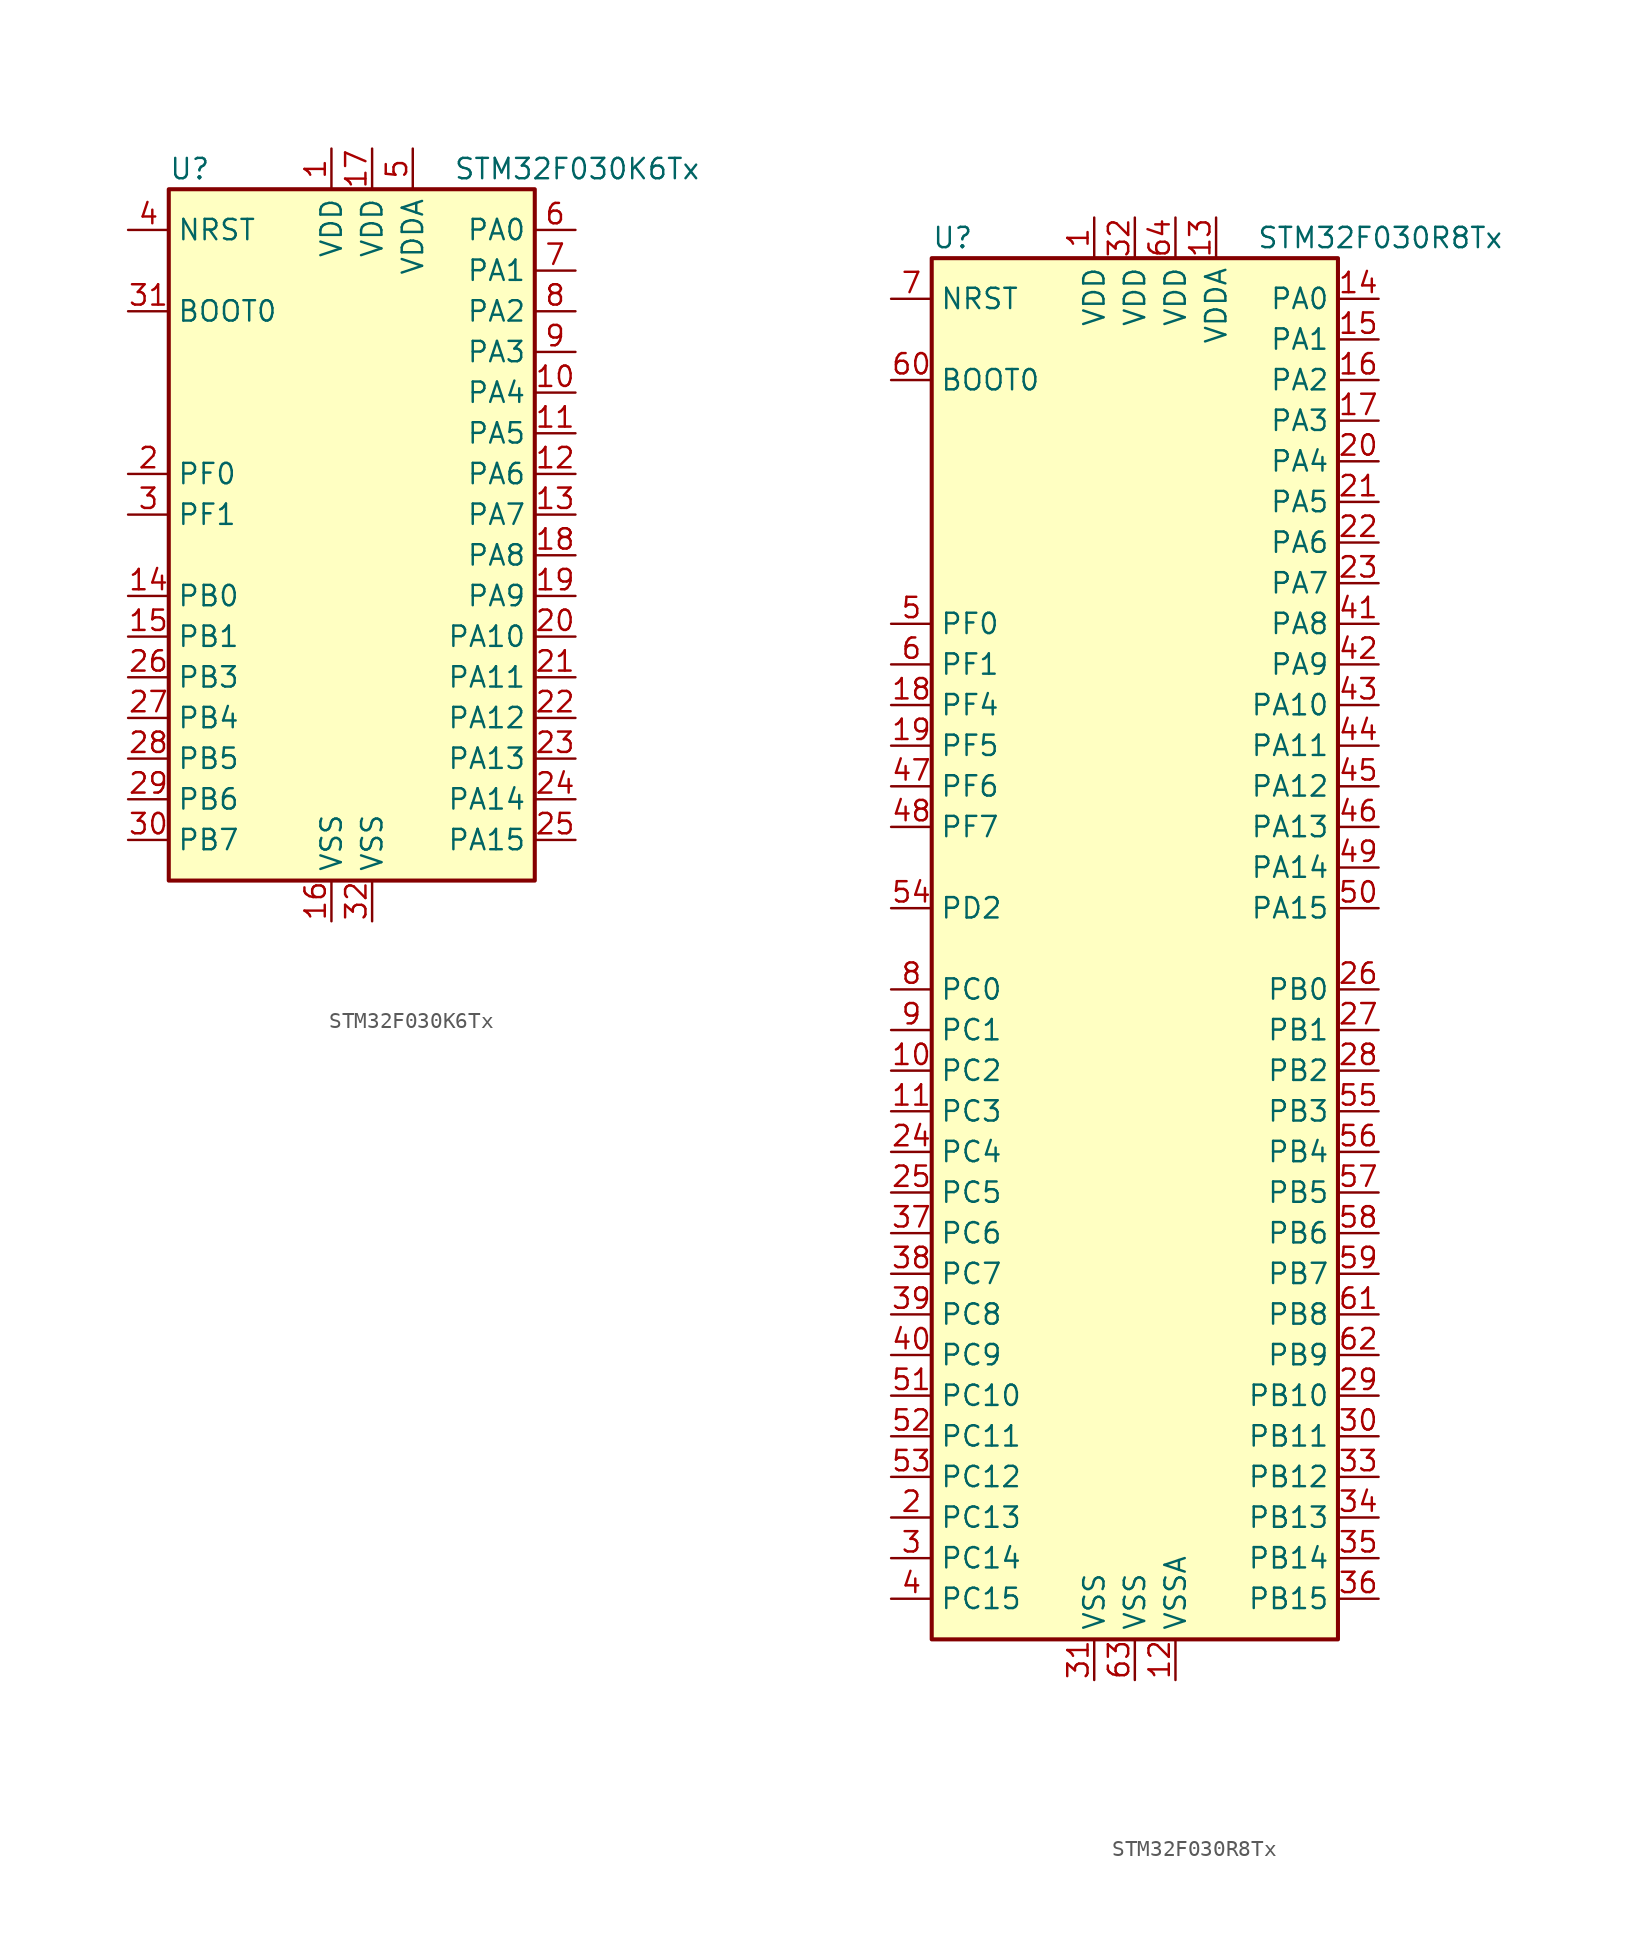
<source format=kicad_sym>
(kicad_symbol_lib
  (version 20201005)
  (generator kicad_symbol_editor)
  (symbol "STM32F030K6Tx"
    (property "Reference" "U"
      (at -12.7 21.59 0)
      (effects (font (size 1.27 1.27)) (justify left)))
    (property "Value" "STM32F030K6Tx"
      (at 5.08 21.59 0)
      (effects (font (size 1.27 1.27)) (justify left)))
    (symbol "STM32F030K6Tx_0_1"
      (rectangle (start -12.7 -22.86) (end 10.16 20.32) (stroke (width 0.254)) (fill (type background))))
    (symbol "STM32F030K6Tx_1_1"
      (pin power_in line (at -2.54 22.86 270) (length 2.54) (name "VDD" (effects (font (size 1.27 1.27)))) (number "1" (effects (font (size 1.27 1.27)))))
      (pin bidirectional line (at 12.7 7.62 180) (length 2.54) (name "PA4" (effects (font (size 1.27 1.27)))) (number "10" (effects (font (size 1.27 1.27)))))
      (pin bidirectional line (at 12.7 5.08 180) (length 2.54) (name "PA5" (effects (font (size 1.27 1.27)))) (number "11" (effects (font (size 1.27 1.27)))))
      (pin bidirectional line (at 12.7 2.54 180) (length 2.54) (name "PA6" (effects (font (size 1.27 1.27)))) (number "12" (effects (font (size 1.27 1.27)))))
      (pin bidirectional line (at 12.7 0 180) (length 2.54) (name "PA7" (effects (font (size 1.27 1.27)))) (number "13" (effects (font (size 1.27 1.27)))))
      (pin bidirectional line (at -15.24 -5.08 0) (length 2.54) (name "PB0" (effects (font (size 1.27 1.27)))) (number "14" (effects (font (size 1.27 1.27)))))
      (pin bidirectional line (at -15.24 -7.62 0) (length 2.54) (name "PB1" (effects (font (size 1.27 1.27)))) (number "15" (effects (font (size 1.27 1.27)))))
      (pin power_in line (at -2.54 -25.4 90) (length 2.54) (name "VSS" (effects (font (size 1.27 1.27)))) (number "16" (effects (font (size 1.27 1.27)))))
      (pin power_in line (at 0 22.86 270) (length 2.54) (name "VDD" (effects (font (size 1.27 1.27)))) (number "17" (effects (font (size 1.27 1.27)))))
      (pin bidirectional line (at 12.7 -2.54 180) (length 2.54) (name "PA8" (effects (font (size 1.27 1.27)))) (number "18" (effects (font (size 1.27 1.27)))))
      (pin bidirectional line (at 12.7 -5.08 180) (length 2.54) (name "PA9" (effects (font (size 1.27 1.27)))) (number "19" (effects (font (size 1.27 1.27)))))
      (pin input line (at -15.24 2.54 0) (length 2.54) (name "PF0" (effects (font (size 1.27 1.27)))) (number "2" (effects (font (size 1.27 1.27)))))
      (pin bidirectional line (at 12.7 -7.62 180) (length 2.54) (name "PA10" (effects (font (size 1.27 1.27)))) (number "20" (effects (font (size 1.27 1.27)))))
      (pin bidirectional line (at 12.7 -10.16 180) (length 2.54) (name "PA11" (effects (font (size 1.27 1.27)))) (number "21" (effects (font (size 1.27 1.27)))))
      (pin bidirectional line (at 12.7 -12.7 180) (length 2.54) (name "PA12" (effects (font (size 1.27 1.27)))) (number "22" (effects (font (size 1.27 1.27)))))
      (pin bidirectional line (at 12.7 -15.24 180) (length 2.54) (name "PA13" (effects (font (size 1.27 1.27)))) (number "23" (effects (font (size 1.27 1.27)))))
      (pin bidirectional line (at 12.7 -17.78 180) (length 2.54) (name "PA14" (effects (font (size 1.27 1.27)))) (number "24" (effects (font (size 1.27 1.27)))))
      (pin bidirectional line (at 12.7 -20.32 180) (length 2.54) (name "PA15" (effects (font (size 1.27 1.27)))) (number "25" (effects (font (size 1.27 1.27)))))
      (pin bidirectional line (at -15.24 -10.16 0) (length 2.54) (name "PB3" (effects (font (size 1.27 1.27)))) (number "26" (effects (font (size 1.27 1.27)))))
      (pin bidirectional line (at -15.24 -12.7 0) (length 2.54) (name "PB4" (effects (font (size 1.27 1.27)))) (number "27" (effects (font (size 1.27 1.27)))))
      (pin bidirectional line (at -15.24 -15.24 0) (length 2.54) (name "PB5" (effects (font (size 1.27 1.27)))) (number "28" (effects (font (size 1.27 1.27)))))
      (pin bidirectional line (at -15.24 -17.78 0) (length 2.54) (name "PB6" (effects (font (size 1.27 1.27)))) (number "29" (effects (font (size 1.27 1.27)))))
      (pin input line (at -15.24 0 0) (length 2.54) (name "PF1" (effects (font (size 1.27 1.27)))) (number "3" (effects (font (size 1.27 1.27)))))
      (pin bidirectional line (at -15.24 -20.32 0) (length 2.54) (name "PB7" (effects (font (size 1.27 1.27)))) (number "30" (effects (font (size 1.27 1.27)))))
      (pin input line (at -15.24 12.7 0) (length 2.54) (name "BOOT0" (effects (font (size 1.27 1.27)))) (number "31" (effects (font (size 1.27 1.27)))))
      (pin power_in line (at 0 -25.4 90) (length 2.54) (name "VSS" (effects (font (size 1.27 1.27)))) (number "32" (effects (font (size 1.27 1.27)))))
      (pin input line (at -15.24 17.78 0) (length 2.54) (name "NRST" (effects (font (size 1.27 1.27)))) (number "4" (effects (font (size 1.27 1.27)))))
      (pin power_in line (at 2.54 22.86 270) (length 2.54) (name "VDDA" (effects (font (size 1.27 1.27)))) (number "5" (effects (font (size 1.27 1.27)))))
      (pin bidirectional line (at 12.7 17.78 180) (length 2.54) (name "PA0" (effects (font (size 1.27 1.27)))) (number "6" (effects (font (size 1.27 1.27)))))
      (pin bidirectional line (at 12.7 15.24 180) (length 2.54) (name "PA1" (effects (font (size 1.27 1.27)))) (number "7" (effects (font (size 1.27 1.27)))))
      (pin bidirectional line (at 12.7 12.7 180) (length 2.54) (name "PA2" (effects (font (size 1.27 1.27)))) (number "8" (effects (font (size 1.27 1.27)))))
      (pin bidirectional line (at 12.7 10.16 180) (length 2.54) (name "PA3" (effects (font (size 1.27 1.27)))) (number "9" (effects (font (size 1.27 1.27)))))))
  (symbol "STM32F030R8Tx"
    (property "Reference" "U"
      (at -12.7 44.45 0)
      (effects (font (size 1.27 1.27)) (justify left)))
    (property "Value" "STM32F030R8Tx"
      (at 7.62 44.45 0)
      (effects (font (size 1.27 1.27)) (justify left)))
    (symbol "STM32F030R8Tx_0_1"
      (rectangle (start -12.7 -43.18) (end 12.7 43.18) (stroke (width 0.254)) (fill (type background))))
    (symbol "STM32F030R8Tx_1_1"
      (pin power_in line (at -2.54 45.72 270) (length 2.54) (name "VDD" (effects (font (size 1.27 1.27)))) (number "1" (effects (font (size 1.27 1.27)))))
      (pin bidirectional line (at -15.24 -7.62 0) (length 2.54) (name "PC2" (effects (font (size 1.27 1.27)))) (number "10" (effects (font (size 1.27 1.27)))))
      (pin bidirectional line (at -15.24 -10.16 0) (length 2.54) (name "PC3" (effects (font (size 1.27 1.27)))) (number "11" (effects (font (size 1.27 1.27)))))
      (pin power_in line (at 2.54 -45.72 90) (length 2.54) (name "VSSA" (effects (font (size 1.27 1.27)))) (number "12" (effects (font (size 1.27 1.27)))))
      (pin power_in line (at 5.08 45.72 270) (length 2.54) (name "VDDA" (effects (font (size 1.27 1.27)))) (number "13" (effects (font (size 1.27 1.27)))))
      (pin bidirectional line (at 15.24 40.64 180) (length 2.54) (name "PA0" (effects (font (size 1.27 1.27)))) (number "14" (effects (font (size 1.27 1.27)))))
      (pin bidirectional line (at 15.24 38.1 180) (length 2.54) (name "PA1" (effects (font (size 1.27 1.27)))) (number "15" (effects (font (size 1.27 1.27)))))
      (pin bidirectional line (at 15.24 35.56 180) (length 2.54) (name "PA2" (effects (font (size 1.27 1.27)))) (number "16" (effects (font (size 1.27 1.27)))))
      (pin bidirectional line (at 15.24 33.02 180) (length 2.54) (name "PA3" (effects (font (size 1.27 1.27)))) (number "17" (effects (font (size 1.27 1.27)))))
      (pin bidirectional line (at -15.24 15.24 0) (length 2.54) (name "PF4" (effects (font (size 1.27 1.27)))) (number "18" (effects (font (size 1.27 1.27)))))
      (pin bidirectional line (at -15.24 12.7 0) (length 2.54) (name "PF5" (effects (font (size 1.27 1.27)))) (number "19" (effects (font (size 1.27 1.27)))))
      (pin bidirectional line (at -15.24 -35.56 0) (length 2.54) (name "PC13" (effects (font (size 1.27 1.27)))) (number "2" (effects (font (size 1.27 1.27)))))
      (pin bidirectional line (at 15.24 30.48 180) (length 2.54) (name "PA4" (effects (font (size 1.27 1.27)))) (number "20" (effects (font (size 1.27 1.27)))))
      (pin bidirectional line (at 15.24 27.94 180) (length 2.54) (name "PA5" (effects (font (size 1.27 1.27)))) (number "21" (effects (font (size 1.27 1.27)))))
      (pin bidirectional line (at 15.24 25.4 180) (length 2.54) (name "PA6" (effects (font (size 1.27 1.27)))) (number "22" (effects (font (size 1.27 1.27)))))
      (pin bidirectional line (at 15.24 22.86 180) (length 2.54) (name "PA7" (effects (font (size 1.27 1.27)))) (number "23" (effects (font (size 1.27 1.27)))))
      (pin bidirectional line (at -15.24 -12.7 0) (length 2.54) (name "PC4" (effects (font (size 1.27 1.27)))) (number "24" (effects (font (size 1.27 1.27)))))
      (pin bidirectional line (at -15.24 -15.24 0) (length 2.54) (name "PC5" (effects (font (size 1.27 1.27)))) (number "25" (effects (font (size 1.27 1.27)))))
      (pin bidirectional line (at 15.24 -2.54 180) (length 2.54) (name "PB0" (effects (font (size 1.27 1.27)))) (number "26" (effects (font (size 1.27 1.27)))))
      (pin bidirectional line (at 15.24 -5.08 180) (length 2.54) (name "PB1" (effects (font (size 1.27 1.27)))) (number "27" (effects (font (size 1.27 1.27)))))
      (pin bidirectional line (at 15.24 -7.62 180) (length 2.54) (name "PB2" (effects (font (size 1.27 1.27)))) (number "28" (effects (font (size 1.27 1.27)))))
      (pin bidirectional line (at 15.24 -27.94 180) (length 2.54) (name "PB10" (effects (font (size 1.27 1.27)))) (number "29" (effects (font (size 1.27 1.27)))))
      (pin bidirectional line (at -15.24 -38.1 0) (length 2.54) (name "PC14" (effects (font (size 1.27 1.27)))) (number "3" (effects (font (size 1.27 1.27)))))
      (pin bidirectional line (at 15.24 -30.48 180) (length 2.54) (name "PB11" (effects (font (size 1.27 1.27)))) (number "30" (effects (font (size 1.27 1.27)))))
      (pin power_in line (at -2.54 -45.72 90) (length 2.54) (name "VSS" (effects (font (size 1.27 1.27)))) (number "31" (effects (font (size 1.27 1.27)))))
      (pin power_in line (at 0 45.72 270) (length 2.54) (name "VDD" (effects (font (size 1.27 1.27)))) (number "32" (effects (font (size 1.27 1.27)))))
      (pin bidirectional line (at 15.24 -33.02 180) (length 2.54) (name "PB12" (effects (font (size 1.27 1.27)))) (number "33" (effects (font (size 1.27 1.27)))))
      (pin bidirectional line (at 15.24 -35.56 180) (length 2.54) (name "PB13" (effects (font (size 1.27 1.27)))) (number "34" (effects (font (size 1.27 1.27)))))
      (pin bidirectional line (at 15.24 -38.1 180) (length 2.54) (name "PB14" (effects (font (size 1.27 1.27)))) (number "35" (effects (font (size 1.27 1.27)))))
      (pin bidirectional line (at 15.24 -40.64 180) (length 2.54) (name "PB15" (effects (font (size 1.27 1.27)))) (number "36" (effects (font (size 1.27 1.27)))))
      (pin bidirectional line (at -15.24 -17.78 0) (length 2.54) (name "PC6" (effects (font (size 1.27 1.27)))) (number "37" (effects (font (size 1.27 1.27)))))
      (pin bidirectional line (at -15.24 -20.32 0) (length 2.54) (name "PC7" (effects (font (size 1.27 1.27)))) (number "38" (effects (font (size 1.27 1.27)))))
      (pin bidirectional line (at -15.24 -22.86 0) (length 2.54) (name "PC8" (effects (font (size 1.27 1.27)))) (number "39" (effects (font (size 1.27 1.27)))))
      (pin bidirectional line (at -15.24 -40.64 0) (length 2.54) (name "PC15" (effects (font (size 1.27 1.27)))) (number "4" (effects (font (size 1.27 1.27)))))
      (pin bidirectional line (at -15.24 -25.4 0) (length 2.54) (name "PC9" (effects (font (size 1.27 1.27)))) (number "40" (effects (font (size 1.27 1.27)))))
      (pin bidirectional line (at 15.24 20.32 180) (length 2.54) (name "PA8" (effects (font (size 1.27 1.27)))) (number "41" (effects (font (size 1.27 1.27)))))
      (pin bidirectional line (at 15.24 17.78 180) (length 2.54) (name "PA9" (effects (font (size 1.27 1.27)))) (number "42" (effects (font (size 1.27 1.27)))))
      (pin bidirectional line (at 15.24 15.24 180) (length 2.54) (name "PA10" (effects (font (size 1.27 1.27)))) (number "43" (effects (font (size 1.27 1.27)))))
      (pin bidirectional line (at 15.24 12.7 180) (length 2.54) (name "PA11" (effects (font (size 1.27 1.27)))) (number "44" (effects (font (size 1.27 1.27)))))
      (pin bidirectional line (at 15.24 10.16 180) (length 2.54) (name "PA12" (effects (font (size 1.27 1.27)))) (number "45" (effects (font (size 1.27 1.27)))))
      (pin bidirectional line (at 15.24 7.62 180) (length 2.54) (name "PA13" (effects (font (size 1.27 1.27)))) (number "46" (effects (font (size 1.27 1.27)))))
      (pin bidirectional line (at -15.24 10.16 0) (length 2.54) (name "PF6" (effects (font (size 1.27 1.27)))) (number "47" (effects (font (size 1.27 1.27)))))
      (pin bidirectional line (at -15.24 7.62 0) (length 2.54) (name "PF7" (effects (font (size 1.27 1.27)))) (number "48" (effects (font (size 1.27 1.27)))))
      (pin bidirectional line (at 15.24 5.08 180) (length 2.54) (name "PA14" (effects (font (size 1.27 1.27)))) (number "49" (effects (font (size 1.27 1.27)))))
      (pin input line (at -15.24 20.32 0) (length 2.54) (name "PF0" (effects (font (size 1.27 1.27)))) (number "5" (effects (font (size 1.27 1.27)))))
      (pin bidirectional line (at 15.24 2.54 180) (length 2.54) (name "PA15" (effects (font (size 1.27 1.27)))) (number "50" (effects (font (size 1.27 1.27)))))
      (pin bidirectional line (at -15.24 -27.94 0) (length 2.54) (name "PC10" (effects (font (size 1.27 1.27)))) (number "51" (effects (font (size 1.27 1.27)))))
      (pin bidirectional line (at -15.24 -30.48 0) (length 2.54) (name "PC11" (effects (font (size 1.27 1.27)))) (number "52" (effects (font (size 1.27 1.27)))))
      (pin bidirectional line (at -15.24 -33.02 0) (length 2.54) (name "PC12" (effects (font (size 1.27 1.27)))) (number "53" (effects (font (size 1.27 1.27)))))
      (pin bidirectional line (at -15.24 2.54 0) (length 2.54) (name "PD2" (effects (font (size 1.27 1.27)))) (number "54" (effects (font (size 1.27 1.27)))))
      (pin bidirectional line (at 15.24 -10.16 180) (length 2.54) (name "PB3" (effects (font (size 1.27 1.27)))) (number "55" (effects (font (size 1.27 1.27)))))
      (pin bidirectional line (at 15.24 -12.7 180) (length 2.54) (name "PB4" (effects (font (size 1.27 1.27)))) (number "56" (effects (font (size 1.27 1.27)))))
      (pin bidirectional line (at 15.24 -15.24 180) (length 2.54) (name "PB5" (effects (font (size 1.27 1.27)))) (number "57" (effects (font (size 1.27 1.27)))))
      (pin bidirectional line (at 15.24 -17.78 180) (length 2.54) (name "PB6" (effects (font (size 1.27 1.27)))) (number "58" (effects (font (size 1.27 1.27)))))
      (pin bidirectional line (at 15.24 -20.32 180) (length 2.54) (name "PB7" (effects (font (size 1.27 1.27)))) (number "59" (effects (font (size 1.27 1.27)))))
      (pin input line (at -15.24 17.78 0) (length 2.54) (name "PF1" (effects (font (size 1.27 1.27)))) (number "6" (effects (font (size 1.27 1.27)))))
      (pin input line (at -15.24 35.56 0) (length 2.54) (name "BOOT0" (effects (font (size 1.27 1.27)))) (number "60" (effects (font (size 1.27 1.27)))))
      (pin bidirectional line (at 15.24 -22.86 180) (length 2.54) (name "PB8" (effects (font (size 1.27 1.27)))) (number "61" (effects (font (size 1.27 1.27)))))
      (pin bidirectional line (at 15.24 -25.4 180) (length 2.54) (name "PB9" (effects (font (size 1.27 1.27)))) (number "62" (effects (font (size 1.27 1.27)))))
      (pin power_in line (at 0 -45.72 90) (length 2.54) (name "VSS" (effects (font (size 1.27 1.27)))) (number "63" (effects (font (size 1.27 1.27)))))
      (pin power_in line (at 2.54 45.72 270) (length 2.54) (name "VDD" (effects (font (size 1.27 1.27)))) (number "64" (effects (font (size 1.27 1.27)))))
      (pin input line (at -15.24 40.64 0) (length 2.54) (name "NRST" (effects (font (size 1.27 1.27)))) (number "7" (effects (font (size 1.27 1.27)))))
      (pin bidirectional line (at -15.24 -2.54 0) (length 2.54) (name "PC0" (effects (font (size 1.27 1.27)))) (number "8" (effects (font (size 1.27 1.27)))))
      (pin bidirectional line (at -15.24 -5.08 0) (length 2.54) (name "PC1" (effects (font (size 1.27 1.27)))) (number "9" (effects (font (size 1.27 1.27))))))))
</source>
